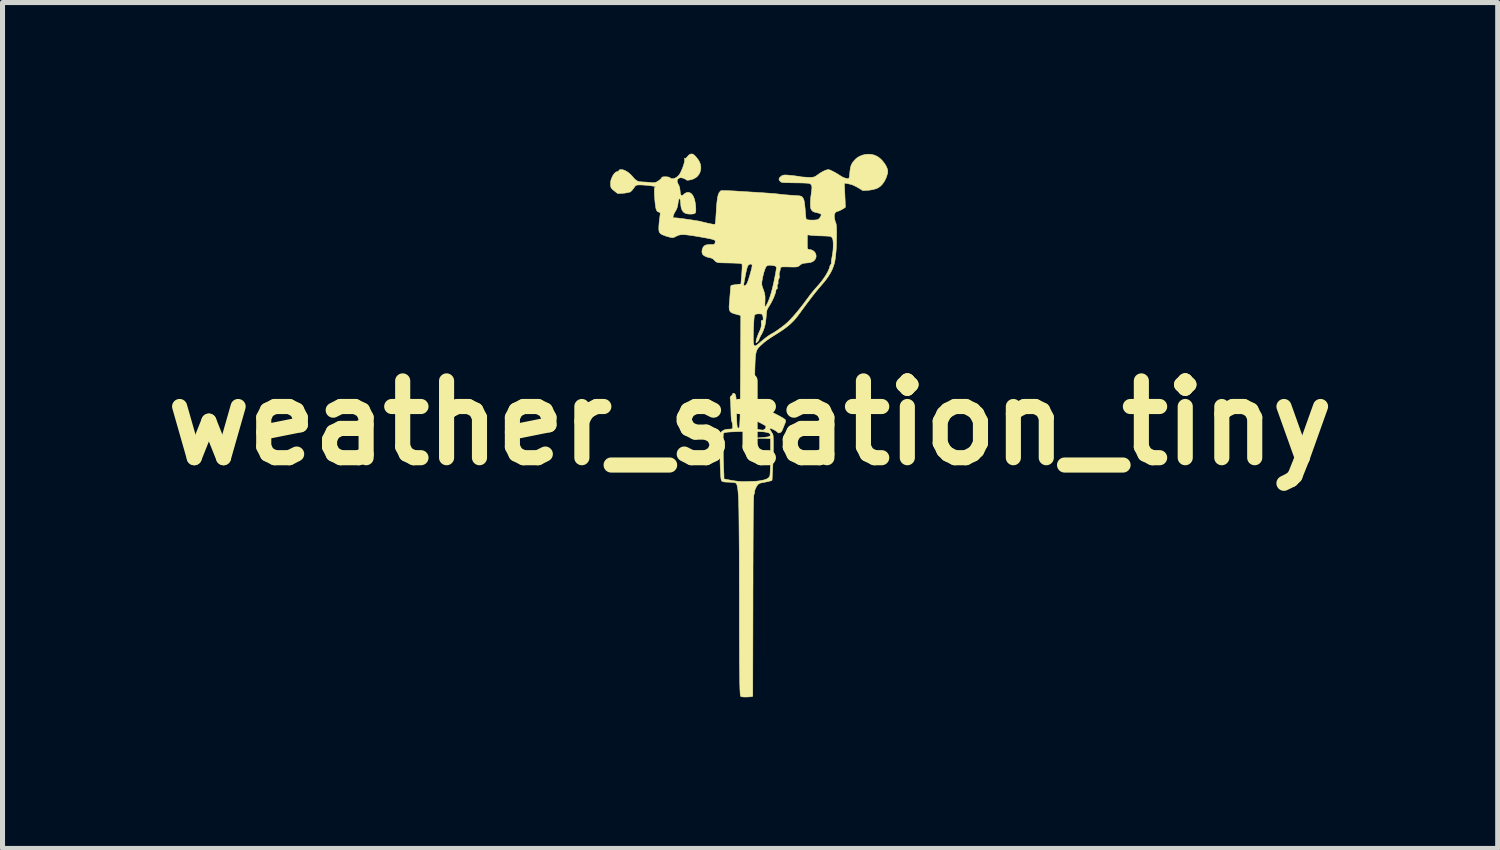
<source format=kicad_pcb>
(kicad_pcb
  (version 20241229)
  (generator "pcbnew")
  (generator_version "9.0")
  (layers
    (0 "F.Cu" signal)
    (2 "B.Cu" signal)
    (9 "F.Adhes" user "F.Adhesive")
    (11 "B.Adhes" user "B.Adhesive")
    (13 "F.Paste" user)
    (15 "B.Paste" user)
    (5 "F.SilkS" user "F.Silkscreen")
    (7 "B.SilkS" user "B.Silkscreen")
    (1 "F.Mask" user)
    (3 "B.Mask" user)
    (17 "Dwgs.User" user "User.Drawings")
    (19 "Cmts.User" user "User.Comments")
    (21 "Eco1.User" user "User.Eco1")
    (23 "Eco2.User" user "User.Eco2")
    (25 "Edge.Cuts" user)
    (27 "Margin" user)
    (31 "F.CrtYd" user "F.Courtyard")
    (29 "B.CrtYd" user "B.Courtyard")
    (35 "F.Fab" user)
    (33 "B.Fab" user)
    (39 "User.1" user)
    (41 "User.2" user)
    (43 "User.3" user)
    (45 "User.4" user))
  (footprint "weather_station_tiny"
    (layer "F.Cu")
    (at 11.836 5.344)
    (property "Reference" "weather_station_tiny" (at 0 0 0) (layer "F.SilkS") (effects (font (size 1.524 1.524) (thickness 0.3))))
    (attr through_hole)
    (fp_poly (pts (xy -1.145 -5.337) (xy -1.13 -5.332) (xy -1.114 -5.321) (xy -1.096 -5.304) (xy -1.08 -5.288) (xy -1.041 -5.241) (xy -1.011 -5.195) (xy -0.991 -5.15) (xy -0.98 -5.104) (xy -0.977 -5.058) (xy -0.98 -5.029) (xy -0.992 -4.98) (xy -1.013 -4.937) (xy -1.041 -4.9) (xy -1.077 -4.869) (xy -1.12 -4.845) (xy -1.169 -4.828) (xy -1.21 -4.82) (xy -1.231 -4.818) (xy -1.244 -4.817) (xy -1.253 -4.818) (xy -1.261 -4.822) (xy -1.264 -4.825) (xy -1.296 -4.845) (xy -1.328 -4.858) (xy -1.359 -4.865) (xy -1.387 -4.865) (xy -1.412 -4.858) (xy -1.431 -4.844) (xy -1.438 -4.835) (xy -1.445 -4.818) (xy -1.447 -4.799) (xy -1.443 -4.778) (xy -1.432 -4.752) (xy -1.426 -4.739) (xy -1.412 -4.711) (xy -1.402 -4.686) (xy -1.396 -4.662) (xy -1.392 -4.633) (xy -1.389 -4.605) (xy -1.386 -4.573) (xy -1.382 -4.55) (xy -1.377 -4.534) (xy -1.37 -4.523) (xy -1.364 -4.518) (xy -1.354 -4.513) (xy -1.346 -4.514) (xy -1.337 -4.519) (xy -1.325 -4.528) (xy -1.311 -4.541) (xy -1.307 -4.544) (xy -1.291 -4.557) (xy -1.269 -4.568) (xy -1.247 -4.575) (xy -1.232 -4.577) (xy -1.202 -4.572) (xy -1.175 -4.558) (xy -1.15 -4.534) (xy -1.129 -4.502) (xy -1.111 -4.461) (xy -1.103 -4.435) (xy -1.095 -4.402) (xy -1.088 -4.366) (xy -1.083 -4.329) (xy -1.079 -4.292) (xy -1.077 -4.257) (xy -1.077 -4.225) (xy -1.078 -4.199) (xy -1.082 -4.18) (xy -1.085 -4.171) (xy -1.096 -4.16) (xy -1.11 -4.153) (xy -1.131 -4.148) (xy -1.158 -4.146) (xy -1.183 -4.145) (xy -1.226 -4.147) (xy -1.261 -4.153) (xy -1.29 -4.163) (xy -1.314 -4.178) (xy -1.333 -4.199) (xy -1.34 -4.208) (xy -1.352 -4.229) (xy -1.361 -4.251) (xy -1.368 -4.276) (xy -1.373 -4.308) (xy -1.376 -4.347) (xy -1.377 -4.352) (xy -1.38 -4.388) (xy -1.384 -4.417) (xy -1.39 -4.439) (xy -1.396 -4.451) (xy -1.403 -4.454) (xy -1.403 -4.454) (xy -1.41 -4.447) (xy -1.416 -4.43) (xy -1.423 -4.404) (xy -1.429 -4.369) (xy -1.43 -4.357) (xy -1.438 -4.31) (xy -1.448 -4.272) (xy -1.46 -4.24) (xy -1.475 -4.213) (xy -1.477 -4.21) (xy -1.497 -4.177) (xy -1.513 -4.143) (xy -1.524 -4.112) (xy -1.527 -4.094) (xy -1.531 -4.068) (xy -1.516 -4.071) (xy -1.505 -4.071) (xy -1.486 -4.071) (xy -1.464 -4.07) (xy -1.45 -4.068) (xy -1.428 -4.066) (xy -1.398 -4.062) (xy -1.363 -4.058) (xy -1.324 -4.053) (xy -1.282 -4.047) (xy -1.238 -4.04) (xy -1.194 -4.034) (xy -1.151 -4.028) (xy -1.11 -4.021) (xy -1.073 -4.016) (xy -1.041 -4.01) (xy -1.015 -4.006) (xy -0.996 -4.003) (xy -0.988 -4.001) (xy -0.965 -3.994) (xy -0.936 -3.987) (xy -0.904 -3.979) (xy -0.869 -3.971) (xy -0.834 -3.963) (xy -0.801 -3.956) (xy -0.772 -3.95) (xy -0.749 -3.946) (xy -0.733 -3.943) (xy -0.731 -3.943) (xy -0.713 -3.942) (xy -0.702 -3.943) (xy -0.696 -3.946) (xy -0.694 -3.95) (xy -0.691 -3.961) (xy -0.688 -3.979) (xy -0.685 -4.004) (xy -0.682 -4.037) (xy -0.679 -4.079) (xy -0.676 -4.129) (xy -0.673 -4.176) (xy -0.669 -4.253) (xy -0.664 -4.32) (xy -0.658 -4.378) (xy -0.652 -4.428) (xy -0.646 -4.47) (xy -0.638 -4.506) (xy -0.63 -4.535) (xy -0.62 -4.559) (xy -0.609 -4.577) (xy -0.597 -4.592) (xy -0.597 -4.593) (xy -0.579 -4.61) (xy -0.519 -4.612) (xy -0.5 -4.612) (xy -0.473 -4.611) (xy -0.439 -4.61) (xy -0.399 -4.608) (xy -0.355 -4.606) (xy -0.309 -4.604) (xy -0.262 -4.601) (xy -0.256 -4.6) (xy -0.205 -4.597) (xy -0.151 -4.594) (xy -0.097 -4.59) (xy -0.044 -4.587) (xy 0.005 -4.584) (xy 0.048 -4.581) (xy 0.076 -4.58) (xy 0.125 -4.577) (xy 0.177 -4.573) (xy 0.23 -4.57) (xy 0.283 -4.566) (xy 0.334 -4.563) (xy 0.383 -4.559) (xy 0.427 -4.556) (xy 0.466 -4.552) (xy 0.499 -4.55) (xy 0.523 -4.547) (xy 0.531 -4.547) (xy 0.552 -4.544) (xy 0.58 -4.541) (xy 0.611 -4.537) (xy 0.638 -4.534) (xy 0.66 -4.532) (xy 0.684 -4.529) (xy 0.711 -4.527) (xy 0.742 -4.525) (xy 0.777 -4.522) (xy 0.819 -4.519) (xy 0.868 -4.516) (xy 0.926 -4.512) (xy 0.932 -4.512) (xy 0.966 -4.509) (xy 0.991 -4.505) (xy 1.01 -4.5) (xy 1.024 -4.493) (xy 1.036 -4.483) (xy 1.046 -4.47) (xy 1.053 -4.459) (xy 1.06 -4.446) (xy 1.066 -4.432) (xy 1.071 -4.414) (xy 1.075 -4.393) (xy 1.08 -4.366) (xy 1.084 -4.334) (xy 1.088 -4.294) (xy 1.093 -4.247) (xy 1.097 -4.192) (xy 1.1 -4.159) (xy 1.103 -4.129) (xy 1.105 -4.1) (xy 1.108 -4.077) (xy 1.111 -4.06) (xy 1.112 -4.052) (xy 1.118 -4.043) (xy 1.13 -4.036) (xy 1.147 -4.032) (xy 1.171 -4.028) (xy 1.204 -4.027) (xy 1.234 -4.026) (xy 1.272 -4.027) (xy 1.302 -4.029) (xy 1.325 -4.032) (xy 1.343 -4.038) (xy 1.358 -4.046) (xy 1.368 -4.054) (xy 1.381 -4.068) (xy 1.393 -4.085) (xy 1.404 -4.104) (xy 1.41 -4.12) (xy 1.411 -4.131) (xy 1.406 -4.143) (xy 1.393 -4.153) (xy 1.372 -4.161) (xy 1.342 -4.169) (xy 1.335 -4.171) (xy 1.301 -4.178) (xy 1.275 -4.186) (xy 1.256 -4.194) (xy 1.24 -4.204) (xy 1.227 -4.217) (xy 1.227 -4.217) (xy 1.216 -4.233) (xy 1.207 -4.249) (xy 1.202 -4.27) (xy 1.198 -4.295) (xy 1.197 -4.327) (xy 1.197 -4.356) (xy 1.197 -4.377) (xy 1.198 -4.397) (xy 1.199 -4.417) (xy 1.201 -4.439) (xy 1.203 -4.464) (xy 1.206 -4.493) (xy 1.211 -4.528) (xy 1.216 -4.571) (xy 1.222 -4.613) (xy 1.226 -4.65) (xy 1.227 -4.678) (xy 1.224 -4.7) (xy 1.219 -4.718) (xy 1.211 -4.73) (xy 1.205 -4.736) (xy 1.198 -4.742) (xy 1.19 -4.747) (xy 1.181 -4.751) (xy 1.168 -4.754) (xy 1.151 -4.757) (xy 1.13 -4.759) (xy 1.103 -4.76) (xy 1.069 -4.762) (xy 1.028 -4.763) (xy 0.98 -4.764) (xy 0.922 -4.765) (xy 0.897 -4.765) (xy 0.835 -4.766) (xy 0.782 -4.767) (xy 0.739 -4.768) (xy 0.703 -4.769) (xy 0.676 -4.77) (xy 0.655 -4.772) (xy 0.64 -4.773) (xy 0.63 -4.775) (xy 0.628 -4.775) (xy 0.609 -4.786) (xy 0.592 -4.801) (xy 0.579 -4.819) (xy 0.574 -4.837) (xy 0.574 -4.838) (xy 0.576 -4.85) (xy 0.582 -4.862) (xy 0.594 -4.876) (xy 0.597 -4.879) (xy 0.618 -4.898) (xy 0.637 -4.91) (xy 0.657 -4.917) (xy 0.683 -4.921) (xy 0.693 -4.921) (xy 0.71 -4.921) (xy 0.734 -4.92) (xy 0.764 -4.917) (xy 0.799 -4.914) (xy 0.836 -4.91) (xy 0.874 -4.906) (xy 0.911 -4.901) (xy 0.944 -4.897) (xy 0.972 -4.893) (xy 0.993 -4.889) (xy 1 -4.887) (xy 1.015 -4.884) (xy 1.039 -4.882) (xy 1.068 -4.88) (xy 1.1 -4.878) (xy 1.134 -4.876) (xy 1.168 -4.875) (xy 1.198 -4.875) (xy 1.223 -4.875) (xy 1.241 -4.877) (xy 1.244 -4.877) (xy 1.263 -4.881) (xy 1.278 -4.885) (xy 1.293 -4.892) (xy 1.309 -4.902) (xy 1.329 -4.916) (xy 1.34 -4.924) (xy 1.376 -4.95) (xy 1.413 -4.973) (xy 1.45 -4.994) (xy 1.485 -5.01) (xy 1.516 -5.021) (xy 1.542 -5.027) (xy 1.558 -5.028) (xy 1.575 -5.024) (xy 1.598 -5.015) (xy 1.626 -5.002) (xy 1.658 -4.986) (xy 1.691 -4.968) (xy 1.724 -4.949) (xy 1.756 -4.929) (xy 1.763 -4.925) (xy 1.787 -4.909) (xy 1.811 -4.894) (xy 1.832 -4.882) (xy 1.847 -4.874) (xy 1.849 -4.873) (xy 1.87 -4.865) (xy 1.893 -4.858) (xy 1.916 -4.852) (xy 1.935 -4.849) (xy 1.949 -4.848) (xy 1.951 -4.849) (xy 1.957 -4.852) (xy 1.962 -4.86) (xy 1.966 -4.872) (xy 1.97 -4.89) (xy 1.973 -4.916) (xy 1.977 -4.95) (xy 1.979 -4.966) (xy 1.984 -5.014) (xy 1.99 -5.053) (xy 1.997 -5.086) (xy 2.006 -5.114) (xy 2.017 -5.139) (xy 2.031 -5.163) (xy 2.049 -5.187) (xy 2.063 -5.204) (xy 2.094 -5.237) (xy 2.125 -5.263) (xy 2.161 -5.285) (xy 2.182 -5.296) (xy 2.236 -5.317) (xy 2.293 -5.33) (xy 2.35 -5.334) (xy 2.407 -5.33) (xy 2.461 -5.317) (xy 2.512 -5.296) (xy 2.544 -5.277) (xy 2.579 -5.25) (xy 2.614 -5.217) (xy 2.645 -5.18) (xy 2.674 -5.142) (xy 2.698 -5.102) (xy 2.716 -5.064) (xy 2.728 -5.028) (xy 2.733 -4.995) (xy 2.733 -4.993) (xy 2.732 -4.977) (xy 2.728 -4.955) (xy 2.722 -4.932) (xy 2.72 -4.925) (xy 2.699 -4.863) (xy 2.672 -4.807) (xy 2.64 -4.758) (xy 2.605 -4.716) (xy 2.566 -4.683) (xy 2.528 -4.66) (xy 2.488 -4.645) (xy 2.439 -4.632) (xy 2.382 -4.622) (xy 2.345 -4.618) (xy 2.305 -4.615) (xy 2.274 -4.613) (xy 2.251 -4.613) (xy 2.234 -4.615) (xy 2.223 -4.618) (xy 2.217 -4.623) (xy 2.209 -4.629) (xy 2.194 -4.64) (xy 2.172 -4.652) (xy 2.147 -4.667) (xy 2.119 -4.683) (xy 2.09 -4.698) (xy 2.07 -4.708) (xy 2.048 -4.718) (xy 2.022 -4.728) (xy 2.004 -4.734) (xy 1.987 -4.738) (xy 1.966 -4.743) (xy 1.943 -4.748) (xy 1.92 -4.753) (xy 1.899 -4.756) (xy 1.883 -4.759) (xy 1.873 -4.759) (xy 1.872 -4.759) (xy 1.872 -4.754) (xy 1.872 -4.74) (xy 1.873 -4.718) (xy 1.874 -4.691) (xy 1.875 -4.658) (xy 1.877 -4.625) (xy 1.879 -4.583) (xy 1.881 -4.537) (xy 1.883 -4.491) (xy 1.885 -4.447) (xy 1.887 -4.41) (xy 1.887 -4.397) (xy 1.888 -4.366) (xy 1.889 -4.338) (xy 1.891 -4.314) (xy 1.892 -4.298) (xy 1.893 -4.289) (xy 1.893 -4.289) (xy 1.892 -4.284) (xy 1.888 -4.278) (xy 1.878 -4.27) (xy 1.861 -4.26) (xy 1.85 -4.253) (xy 1.82 -4.236) (xy 1.796 -4.223) (xy 1.777 -4.214) (xy 1.762 -4.207) (xy 1.747 -4.203) (xy 1.738 -4.201) (xy 1.711 -4.191) (xy 1.691 -4.174) (xy 1.678 -4.15) (xy 1.672 -4.118) (xy 1.671 -4.104) (xy 1.673 -4.079) (xy 1.677 -4.05) (xy 1.684 -4.021) (xy 1.691 -3.995) (xy 1.697 -3.979) (xy 1.702 -3.967) (xy 1.707 -3.952) (xy 1.71 -3.933) (xy 1.713 -3.911) (xy 1.715 -3.883) (xy 1.716 -3.849) (xy 1.717 -3.806) (xy 1.717 -3.755) (xy 1.717 -3.751) (xy 1.716 -3.657) (xy 1.714 -3.567) (xy 1.711 -3.482) (xy 1.706 -3.404) (xy 1.699 -3.333) (xy 1.692 -3.27) (xy 1.683 -3.216) (xy 1.676 -3.18) (xy 1.655 -3.11) (xy 1.627 -3.04) (xy 1.591 -2.97) (xy 1.546 -2.899) (xy 1.493 -2.826) (xy 1.431 -2.752) (xy 1.43 -2.751) (xy 1.372 -2.684) (xy 1.311 -2.61) (xy 1.245 -2.527) (xy 1.176 -2.436) (xy 1.101 -2.337) (xy 1.047 -2.263) (xy 1.013 -2.217) (xy 0.985 -2.178) (xy 0.96 -2.145) (xy 0.939 -2.117) (xy 0.921 -2.094) (xy 0.905 -2.074) (xy 0.889 -2.056) (xy 0.874 -2.039) (xy 0.858 -2.022) (xy 0.841 -2.005) (xy 0.839 -2.003) (xy 0.797 -1.962) (xy 0.749 -1.922) (xy 0.695 -1.88) (xy 0.635 -1.838) (xy 0.567 -1.793) (xy 0.498 -1.75) (xy 0.417 -1.699) (xy 0.345 -1.65) (xy 0.282 -1.602) (xy 0.227 -1.554) (xy 0.189 -1.518) (xy 0.176 -1.503) (xy 0.163 -1.489) (xy 0.152 -1.475) (xy 0.143 -1.461) (xy 0.135 -1.445) (xy 0.127 -1.427) (xy 0.121 -1.406) (xy 0.116 -1.382) (xy 0.111 -1.353) (xy 0.107 -1.321) (xy 0.104 -1.283) (xy 0.101 -1.239) (xy 0.099 -1.189) (xy 0.097 -1.131) (xy 0.095 -1.066) (xy 0.094 -0.992) (xy 0.092 -0.909) (xy 0.091 -0.853) (xy 0.09 -0.764) (xy 0.088 -0.681) (xy 0.088 -0.606) (xy 0.087 -0.538) (xy 0.087 -0.478) (xy 0.088 -0.426) (xy 0.088 -0.383) (xy 0.089 -0.349) (xy 0.091 -0.323) (xy 0.093 -0.308) (xy 0.094 -0.304) (xy 0.098 -0.297) (xy 0.103 -0.296) (xy 0.11 -0.302) (xy 0.12 -0.315) (xy 0.127 -0.325) (xy 0.138 -0.34) (xy 0.146 -0.351) (xy 0.15 -0.356) (xy 0.151 -0.356) (xy 0.155 -0.353) (xy 0.168 -0.347) (xy 0.188 -0.337) (xy 0.215 -0.324) (xy 0.247 -0.308) (xy 0.283 -0.29) (xy 0.323 -0.27) (xy 0.352 -0.256) (xy 0.422 -0.221) (xy 0.484 -0.189) (xy 0.537 -0.162) (xy 0.582 -0.138) (xy 0.618 -0.118) (xy 0.648 -0.101) (xy 0.67 -0.087) (xy 0.685 -0.076) (xy 0.692 -0.071) (xy 0.701 -0.059) (xy 0.705 -0.047) (xy 0.705 -0.031) (xy 0.7 -0.011) (xy 0.69 0.016) (xy 0.681 0.037) (xy 0.671 0.062) (xy 0.661 0.087) (xy 0.652 0.109) (xy 0.648 0.122) (xy 0.634 0.153) (xy 0.617 0.177) (xy 0.596 0.192) (xy 0.573 0.198) (xy 0.57 0.198) (xy 0.557 0.195) (xy 0.544 0.183) (xy 0.542 0.18) (xy 0.531 0.171) (xy 0.513 0.158) (xy 0.491 0.145) (xy 0.467 0.132) (xy 0.443 0.121) (xy 0.421 0.112) (xy 0.408 0.109) (xy 0.396 0.107) (xy 0.392 0.11) (xy 0.391 0.118) (xy 0.394 0.129) (xy 0.402 0.145) (xy 0.413 0.164) (xy 0.418 0.171) (xy 0.431 0.191) (xy 0.442 0.21) (xy 0.45 0.224) (xy 0.452 0.229) (xy 0.455 0.242) (xy 0.458 0.264) (xy 0.459 0.295) (xy 0.461 0.334) (xy 0.462 0.379) (xy 0.462 0.43) (xy 0.462 0.485) (xy 0.461 0.545) (xy 0.46 0.608) (xy 0.458 0.674) (xy 0.456 0.741) (xy 0.453 0.809) (xy 0.45 0.876) (xy 0.447 0.942) (xy 0.444 0.988) (xy 0.442 1.023) (xy 0.44 1.055) (xy 0.439 1.083) (xy 0.438 1.105) (xy 0.437 1.119) (xy 0.437 1.123) (xy 0.436 1.133) (xy 0.434 1.139) (xy 0.426 1.144) (xy 0.412 1.148) (xy 0.405 1.15) (xy 0.378 1.157) (xy 0.344 1.165) (xy 0.307 1.173) (xy 0.27 1.18) (xy 0.245 1.184) (xy 0.205 1.193) (xy 0.175 1.207) (xy 0.156 1.221) (xy 0.142 1.239) (xy 0.128 1.261) (xy 0.115 1.286) (xy 0.103 1.313) (xy 0.094 1.337) (xy 0.09 1.358) (xy 0.09 1.371) (xy 0.089 1.389) (xy 0.085 1.398) (xy 0.08 1.41) (xy 0.076 1.427) (xy 0.074 1.438) (xy 0.073 1.451) (xy 0.072 1.467) (xy 0.071 1.489) (xy 0.07 1.514) (xy 0.069 1.544) (xy 0.068 1.579) (xy 0.067 1.619) (xy 0.066 1.665) (xy 0.065 1.716) (xy 0.064 1.774) (xy 0.064 1.837) (xy 0.063 1.907) (xy 0.062 1.984) (xy 0.062 2.067) (xy 0.061 2.158) (xy 0.061 2.256) (xy 0.06 2.362) (xy 0.06 2.476) (xy 0.059 2.598) (xy 0.059 2.728) (xy 0.058 2.868) (xy 0.058 3.016) (xy 0.058 3.173) (xy 0.057 3.34) (xy 0.057 3.517) (xy 0.057 3.652) (xy 0.053 5.423) (xy 0.033 5.43) (xy 0.019 5.433) (xy -0.003 5.435) (xy -0.03 5.437) (xy -0.061 5.438) (xy -0.091 5.439) (xy -0.12 5.438) (xy -0.144 5.437) (xy -0.161 5.435) (xy -0.178 5.43) (xy -0.188 5.425) (xy -0.19 5.422) (xy -0.192 5.413) (xy -0.194 5.398) (xy -0.196 5.377) (xy -0.198 5.349) (xy -0.2 5.315) (xy -0.202 5.274) (xy -0.203 5.226) (xy -0.205 5.171) (xy -0.206 5.109) (xy -0.207 5.038) (xy -0.208 4.96) (xy -0.209 4.874) (xy -0.21 4.78) (xy -0.211 4.678) (xy -0.211 4.566) (xy -0.212 4.446) (xy -0.212 4.317) (xy -0.213 4.179) (xy -0.213 4.031) (xy -0.213 3.874) (xy -0.213 3.707) (xy -0.213 3.564) (xy -0.213 3.38) (xy -0.214 3.204) (xy -0.214 3.036) (xy -0.214 2.875) (xy -0.215 2.722) (xy -0.215 2.576) (xy -0.216 2.439) (xy -0.217 2.31) (xy -0.218 2.189) (xy -0.219 2.077) (xy -0.22 1.974) (xy -0.221 1.88) (xy -0.222 1.795) (xy -0.223 1.72) (xy -0.225 1.654) (xy -0.226 1.597) (xy -0.228 1.551) (xy -0.228 1.529) (xy -0.232 1.459) (xy -0.236 1.399) (xy -0.24 1.348) (xy -0.245 1.305) (xy -0.251 1.27) (xy -0.257 1.242) (xy -0.264 1.22) (xy -0.272 1.205) (xy -0.281 1.195) (xy -0.291 1.189) (xy -0.31 1.185) (xy -0.337 1.181) (xy -0.372 1.178) (xy -0.417 1.175) (xy -0.442 1.174) (xy -0.481 1.173) (xy -0.512 1.17) (xy -0.536 1.166) (xy -0.553 1.159) (xy -0.565 1.148) (xy -0.572 1.131) (xy -0.577 1.108) (xy -0.581 1.077) (xy -0.584 1.037) (xy -0.584 1.033) (xy -0.588 0.962) (xy -0.592 0.883) (xy -0.595 0.797) (xy -0.597 0.707) (xy -0.599 0.615) (xy -0.601 0.521) (xy -0.601 0.445) (xy -0.601 0.392) (xy -0.535 0.392) (xy -0.535 0.446) (xy -0.534 0.503) (xy -0.533 0.565) (xy -0.532 0.629) (xy -0.531 0.695) (xy -0.529 0.762) (xy -0.526 0.829) (xy -0.526 0.832) (xy -0.525 0.88) (xy -0.523 0.926) (xy -0.522 0.969) (xy -0.52 1.006) (xy -0.519 1.038) (xy -0.519 1.063) (xy -0.518 1.08) (xy -0.518 1.087) (xy -0.518 1.111) (xy -0.434 1.127) (xy -0.381 1.137) (xy -0.327 1.146) (xy -0.277 1.153) (xy -0.232 1.158) (xy -0.211 1.16) (xy -0.188 1.161) (xy -0.157 1.162) (xy -0.12 1.162) (xy -0.079 1.162) (xy -0.035 1.161) (xy 0.009 1.16) (xy 0.052 1.158) (xy 0.092 1.157) (xy 0.127 1.155) (xy 0.154 1.152) (xy 0.168 1.151) (xy 0.228 1.141) (xy 0.278 1.13) (xy 0.319 1.116) (xy 0.351 1.1) (xy 0.374 1.081) (xy 0.388 1.061) (xy 0.391 1.052) (xy 0.394 1.037) (xy 0.397 1.011) (xy 0.399 0.976) (xy 0.401 0.932) (xy 0.403 0.878) (xy 0.404 0.815) (xy 0.405 0.744) (xy 0.406 0.663) (xy 0.406 0.576) (xy 0.406 0.311) (xy 0.349 0.308) (xy 0.326 0.307) (xy 0.296 0.306) (xy 0.26 0.305) (xy 0.222 0.305) (xy 0.185 0.304) (xy 0.18 0.304) (xy 0.069 0.303) (xy 0.15 0.297) (xy 0.207 0.292) (xy 0.255 0.288) (xy 0.294 0.284) (xy 0.326 0.28) (xy 0.351 0.276) (xy 0.37 0.271) (xy 0.383 0.266) (xy 0.392 0.26) (xy 0.398 0.253) (xy 0.401 0.246) (xy 0.401 0.236) (xy 0.401 0.236) (xy 0.398 0.22) (xy 0.386 0.207) (xy 0.366 0.196) (xy 0.337 0.188) (xy 0.299 0.18) (xy 0.279 0.178) (xy 0.251 0.175) (xy 0.214 0.173) (xy 0.169 0.171) (xy 0.118 0.17) (xy 0.063 0.169) (xy 0.004 0.169) (xy -0.057 0.169) (xy -0.119 0.17) (xy -0.181 0.17) (xy -0.24 0.172) (xy -0.296 0.174) (xy -0.348 0.176) (xy -0.393 0.178) (xy -0.431 0.181) (xy -0.454 0.183) (xy -0.482 0.187) (xy -0.502 0.191) (xy -0.515 0.196) (xy -0.523 0.202) (xy -0.529 0.21) (xy -0.53 0.212) (xy -0.532 0.221) (xy -0.533 0.24) (xy -0.534 0.268) (xy -0.535 0.303) (xy -0.535 0.345) (xy -0.535 0.392) (xy -0.601 0.392) (xy -0.601 0.389) (xy -0.601 0.343) (xy -0.601 0.304) (xy -0.6 0.273) (xy -0.599 0.249) (xy -0.597 0.229) (xy -0.594 0.214) (xy -0.59 0.202) (xy -0.584 0.193) (xy -0.578 0.184) (xy -0.57 0.176) (xy -0.564 0.171) (xy -0.537 0.151) (xy -0.507 0.136) (xy -0.472 0.127) (xy -0.43 0.123) (xy -0.403 0.122) (xy -0.382 0.121) (xy -0.369 0.119) (xy -0.36 0.115) (xy -0.355 0.111) (xy -0.35 0.105) (xy -0.347 0.098) (xy -0.346 0.088) (xy -0.346 0.072) (xy -0.347 0.053) (xy -0.349 0.029) (xy -0.353 0.006) (xy -0.357 -0.012) (xy -0.358 -0.016) (xy -0.363 -0.029) (xy -0.367 -0.042) (xy -0.37 -0.057) (xy -0.372 -0.074) (xy -0.374 -0.095) (xy -0.376 -0.121) (xy -0.378 -0.153) (xy -0.379 -0.192) (xy -0.38 -0.239) (xy -0.381 -0.262) (xy -0.382 -0.304) (xy -0.384 -0.344) (xy -0.385 -0.38) (xy -0.387 -0.411) (xy -0.388 -0.436) (xy -0.39 -0.453) (xy -0.391 -0.46) (xy -0.396 -0.488) (xy -0.395 -0.509) (xy -0.387 -0.524) (xy -0.383 -0.529) (xy -0.366 -0.545) (xy -0.354 -0.556) (xy -0.348 -0.564) (xy -0.346 -0.571) (xy -0.345 -0.576) (xy -0.344 -0.585) (xy -0.338 -0.589) (xy -0.328 -0.589) (xy -0.311 -0.585) (xy -0.298 -0.572) (xy -0.288 -0.55) (xy -0.285 -0.537) (xy -0.28 -0.509) (xy -0.276 -0.472) (xy -0.273 -0.427) (xy -0.271 -0.375) (xy -0.27 -0.317) (xy -0.269 -0.264) (xy -0.269 -0.222) (xy -0.268 -0.175) (xy -0.267 -0.127) (xy -0.266 -0.081) (xy -0.264 -0.042) (xy -0.264 -0.04) (xy -0.262 0.003) (xy -0.26 0.037) (xy -0.257 0.063) (xy -0.253 0.081) (xy -0.248 0.093) (xy -0.242 0.099) (xy -0.235 0.101) (xy -0.233 0.101) (xy -0.229 0.1) (xy -0.226 0.099) (xy -0.223 0.098) (xy -0.22 0.096) (xy -0.217 0.092) (xy -0.215 0.087) (xy -0.213 0.08) (xy -0.211 0.071) (xy -0.209 0.059) (xy -0.207 0.044) (xy -0.205 0.026) (xy -0.204 0.004) (xy -0.203 -0.016) (xy 0.057 -0.016) (xy 0.057 0.012) (xy 0.059 0.036) (xy 0.063 0.061) (xy 0.067 0.081) (xy 0.075 0.096) (xy 0.087 0.108) (xy 0.104 0.116) (xy 0.127 0.123) (xy 0.159 0.129) (xy 0.188 0.134) (xy 0.216 0.138) (xy 0.235 0.14) (xy 0.249 0.141) (xy 0.259 0.141) (xy 0.267 0.138) (xy 0.273 0.135) (xy 0.295 0.119) (xy 0.309 0.098) (xy 0.313 0.083) (xy 0.314 0.072) (xy 0.313 0.064) (xy 0.307 0.058) (xy 0.295 0.049) (xy 0.286 0.044) (xy 0.268 0.033) (xy 0.244 0.02) (xy 0.217 0.005) (xy 0.189 -0.009) (xy 0.16 -0.023) (xy 0.133 -0.036) (xy 0.11 -0.046) (xy 0.092 -0.054) (xy 0.08 -0.057) (xy 0.079 -0.057) (xy 0.069 -0.057) (xy 0.064 -0.053) (xy 0.06 -0.042) (xy 0.059 -0.036) (xy 0.057 -0.016) (xy -0.203 -0.016) (xy -0.203 -0.022) (xy -0.201 -0.052) (xy -0.2 -0.087) (xy -0.199 -0.127) (xy -0.198 -0.172) (xy -0.197 -0.223) (xy -0.196 -0.28) (xy -0.196 -0.343) (xy -0.195 -0.414) (xy -0.194 -0.491) (xy -0.193 -0.575) (xy -0.193 -0.668) (xy -0.192 -0.769) (xy -0.191 -0.878) (xy -0.191 -0.995) (xy -0.19 -1.122) (xy -0.189 -1.259) (xy -0.188 -1.4) (xy -0.188 -1.485) (xy -0.187 -1.567) (xy -0.187 -1.647) (xy -0.187 -1.668) (xy 0.064 -1.668) (xy 0.064 -1.636) (xy 0.065 -1.61) (xy 0.066 -1.598) (xy 0.071 -1.566) (xy 0.078 -1.544) (xy 0.087 -1.532) (xy 0.095 -1.529) (xy 0.104 -1.531) (xy 0.118 -1.536) (xy 0.12 -1.537) (xy 0.13 -1.543) (xy 0.145 -1.555) (xy 0.165 -1.57) (xy 0.187 -1.588) (xy 0.199 -1.599) (xy 0.256 -1.647) (xy 0.307 -1.687) (xy 0.352 -1.721) (xy 0.391 -1.747) (xy 0.425 -1.767) (xy 0.429 -1.769) (xy 0.459 -1.786) (xy 0.494 -1.808) (xy 0.534 -1.834) (xy 0.575 -1.863) (xy 0.618 -1.894) (xy 0.659 -1.926) (xy 0.697 -1.956) (xy 0.73 -1.985) (xy 0.75 -2.003) (xy 0.794 -2.047) (xy 0.843 -2.1) (xy 0.895 -2.159) (xy 0.95 -2.224) (xy 1.005 -2.293) (xy 1.062 -2.366) (xy 1.118 -2.441) (xy 1.14 -2.471) (xy 1.204 -2.557) (xy 1.272 -2.64) (xy 1.329 -2.705) (xy 1.352 -2.73) (xy 1.375 -2.757) (xy 1.396 -2.782) (xy 1.414 -2.804) (xy 1.418 -2.809) (xy 1.45 -2.853) (xy 1.481 -2.897) (xy 1.509 -2.941) (xy 1.533 -2.984) (xy 1.553 -3.023) (xy 1.568 -3.058) (xy 1.578 -3.087) (xy 1.58 -3.096) (xy 1.587 -3.123) (xy 1.599 -3.142) (xy 1.608 -3.154) (xy 1.612 -3.165) (xy 1.612 -3.18) (xy 1.612 -3.183) (xy 1.612 -3.2) (xy 1.615 -3.224) (xy 1.619 -3.255) (xy 1.625 -3.287) (xy 1.637 -3.355) (xy 1.645 -3.417) (xy 1.649 -3.475) (xy 1.65 -3.533) (xy 1.65 -3.56) (xy 1.648 -3.598) (xy 1.645 -3.627) (xy 1.641 -3.649) (xy 1.634 -3.667) (xy 1.625 -3.68) (xy 1.615 -3.69) (xy 1.609 -3.695) (xy 1.604 -3.698) (xy 1.596 -3.701) (xy 1.587 -3.703) (xy 1.573 -3.705) (xy 1.555 -3.707) (xy 1.532 -3.708) (xy 1.502 -3.71) (xy 1.464 -3.711) (xy 1.417 -3.713) (xy 1.397 -3.713) (xy 1.339 -3.715) (xy 1.289 -3.718) (xy 1.247 -3.72) (xy 1.214 -3.723) (xy 1.19 -3.727) (xy 1.19 -3.727) (xy 1.169 -3.73) (xy 1.152 -3.732) (xy 1.142 -3.732) (xy 1.139 -3.732) (xy 1.138 -3.726) (xy 1.138 -3.712) (xy 1.137 -3.69) (xy 1.136 -3.662) (xy 1.136 -3.629) (xy 1.136 -3.597) (xy 1.136 -3.554) (xy 1.136 -3.521) (xy 1.137 -3.495) (xy 1.138 -3.476) (xy 1.142 -3.462) (xy 1.146 -3.453) (xy 1.153 -3.448) (xy 1.162 -3.445) (xy 1.174 -3.443) (xy 1.183 -3.442) (xy 1.22 -3.434) (xy 1.252 -3.418) (xy 1.279 -3.395) (xy 1.298 -3.367) (xy 1.308 -3.335) (xy 1.311 -3.31) (xy 1.306 -3.278) (xy 1.292 -3.248) (xy 1.27 -3.222) (xy 1.241 -3.201) (xy 1.207 -3.188) (xy 1.191 -3.184) (xy 1.169 -3.18) (xy 1.142 -3.177) (xy 1.12 -3.175) (xy 1.087 -3.172) (xy 1.061 -3.168) (xy 1.041 -3.163) (xy 1.024 -3.156) (xy 1.008 -3.146) (xy 0.991 -3.132) (xy 0.99 -3.131) (xy 0.977 -3.12) (xy 0.965 -3.112) (xy 0.952 -3.105) (xy 0.938 -3.101) (xy 0.92 -3.097) (xy 0.898 -3.095) (xy 0.871 -3.095) (xy 0.836 -3.095) (xy 0.793 -3.096) (xy 0.772 -3.096) (xy 0.727 -3.098) (xy 0.69 -3.098) (xy 0.661 -3.098) (xy 0.64 -3.097) (xy 0.624 -3.094) (xy 0.613 -3.089) (xy 0.606 -3.082) (xy 0.602 -3.073) (xy 0.6 -3.06) (xy 0.598 -3.045) (xy 0.597 -3.041) (xy 0.594 -3.022) (xy 0.588 -3.003) (xy 0.586 -2.998) (xy 0.579 -2.976) (xy 0.577 -2.948) (xy 0.581 -2.915) (xy 0.583 -2.901) (xy 0.582 -2.889) (xy 0.578 -2.876) (xy 0.569 -2.857) (xy 0.569 -2.857) (xy 0.56 -2.838) (xy 0.556 -2.824) (xy 0.555 -2.81) (xy 0.556 -2.794) (xy 0.556 -2.794) (xy 0.557 -2.776) (xy 0.556 -2.765) (xy 0.551 -2.755) (xy 0.548 -2.751) (xy 0.54 -2.738) (xy 0.537 -2.723) (xy 0.539 -2.702) (xy 0.541 -2.689) (xy 0.543 -2.675) (xy 0.541 -2.668) (xy 0.534 -2.662) (xy 0.53 -2.66) (xy 0.521 -2.655) (xy 0.516 -2.647) (xy 0.513 -2.635) (xy 0.511 -2.622) (xy 0.507 -2.596) (xy 0.497 -2.564) (xy 0.483 -2.527) (xy 0.467 -2.486) (xy 0.448 -2.444) (xy 0.427 -2.403) (xy 0.405 -2.363) (xy 0.383 -2.326) (xy 0.378 -2.318) (xy 0.359 -2.288) (xy 0.345 -2.264) (xy 0.336 -2.242) (xy 0.33 -2.219) (xy 0.326 -2.193) (xy 0.325 -2.177) (xy 0.322 -2.15) (xy 0.32 -2.117) (xy 0.317 -2.084) (xy 0.315 -2.064) (xy 0.305 -1.982) (xy 0.288 -1.907) (xy 0.264 -1.837) (xy 0.233 -1.77) (xy 0.223 -1.753) (xy 0.209 -1.728) (xy 0.196 -1.703) (xy 0.186 -1.683) (xy 0.18 -1.667) (xy 0.18 -1.665) (xy 0.174 -1.648) (xy 0.167 -1.633) (xy 0.164 -1.628) (xy 0.154 -1.617) (xy 0.142 -1.606) (xy 0.13 -1.596) (xy 0.121 -1.591) (xy 0.119 -1.59) (xy 0.118 -1.595) (xy 0.118 -1.606) (xy 0.118 -1.619) (xy 0.123 -1.643) (xy 0.131 -1.674) (xy 0.143 -1.71) (xy 0.157 -1.748) (xy 0.174 -1.789) (xy 0.183 -1.809) (xy 0.199 -1.844) (xy 0.21 -1.873) (xy 0.217 -1.898) (xy 0.221 -1.921) (xy 0.223 -1.944) (xy 0.223 -1.97) (xy 0.223 -1.971) (xy 0.221 -1.998) (xy 0.221 -2.017) (xy 0.223 -2.028) (xy 0.226 -2.034) (xy 0.231 -2.035) (xy 0.237 -2.034) (xy 0.247 -2.033) (xy 0.254 -2.038) (xy 0.258 -2.05) (xy 0.259 -2.071) (xy 0.259 -2.076) (xy 0.257 -2.102) (xy 0.252 -2.126) (xy 0.244 -2.146) (xy 0.234 -2.159) (xy 0.232 -2.16) (xy 0.221 -2.163) (xy 0.202 -2.165) (xy 0.178 -2.166) (xy 0.175 -2.166) (xy 0.139 -2.164) (xy 0.113 -2.158) (xy 0.096 -2.148) (xy 0.086 -2.134) (xy 0.086 -2.132) (xy 0.083 -2.118) (xy 0.081 -2.094) (xy 0.078 -2.063) (xy 0.075 -2.026) (xy 0.073 -1.984) (xy 0.071 -1.939) (xy 0.069 -1.891) (xy 0.067 -1.843) (xy 0.066 -1.795) (xy 0.065 -1.749) (xy 0.064 -1.706) (xy 0.064 -1.668) (xy -0.187 -1.668) (xy -0.186 -1.722) (xy -0.186 -1.793) (xy -0.186 -1.858) (xy -0.186 -1.918) (xy -0.185 -1.972) (xy -0.185 -2.019) (xy -0.185 -2.059) (xy -0.185 -2.091) (xy -0.185 -2.114) (xy -0.185 -2.128) (xy -0.185 -2.133) (xy -0.191 -2.134) (xy -0.204 -2.138) (xy -0.224 -2.143) (xy -0.248 -2.15) (xy -0.263 -2.154) (xy -0.304 -2.165) (xy -0.336 -2.175) (xy -0.361 -2.186) (xy -0.379 -2.196) (xy -0.393 -2.209) (xy -0.402 -2.223) (xy -0.409 -2.241) (xy -0.409 -2.242) (xy -0.413 -2.257) (xy -0.415 -2.273) (xy -0.416 -2.292) (xy -0.416 -2.316) (xy -0.414 -2.345) (xy -0.411 -2.383) (xy -0.409 -2.403) (xy -0.406 -2.433) (xy -0.403 -2.471) (xy -0.4 -2.512) (xy -0.397 -2.554) (xy -0.394 -2.593) (xy -0.391 -2.626) (xy -0.389 -2.656) (xy -0.387 -2.682) (xy -0.385 -2.702) (xy -0.383 -2.713) (xy -0.383 -2.715) (xy -0.38 -2.722) (xy -0.374 -2.728) (xy -0.363 -2.732) (xy -0.354 -2.735) (xy -0.126 -2.735) (xy -0.125 -2.729) (xy -0.124 -2.726) (xy -0.114 -2.723) (xy -0.1 -2.727) (xy -0.087 -2.736) (xy -0.074 -2.75) (xy -0.062 -2.766) (xy -0.061 -2.768) (xy 0.232 -2.768) (xy 0.233 -2.746) (xy 0.237 -2.724) (xy 0.244 -2.7) (xy 0.254 -2.671) (xy 0.255 -2.67) (xy 0.268 -2.634) (xy 0.278 -2.604) (xy 0.286 -2.578) (xy 0.291 -2.553) (xy 0.295 -2.528) (xy 0.297 -2.501) (xy 0.297 -2.471) (xy 0.297 -2.434) (xy 0.295 -2.389) (xy 0.295 -2.38) (xy 0.294 -2.347) (xy 0.295 -2.325) (xy 0.298 -2.312) (xy 0.303 -2.308) (xy 0.311 -2.315) (xy 0.321 -2.33) (xy 0.334 -2.355) (xy 0.336 -2.358) (xy 0.358 -2.405) (xy 0.379 -2.458) (xy 0.399 -2.516) (xy 0.419 -2.58) (xy 0.438 -2.652) (xy 0.458 -2.733) (xy 0.47 -2.787) (xy 0.477 -2.823) (xy 0.485 -2.862) (xy 0.493 -2.902) (xy 0.501 -2.941) (xy 0.508 -2.979) (xy 0.513 -3.013) (xy 0.518 -3.041) (xy 0.522 -3.064) (xy 0.523 -3.078) (xy 0.523 -3.08) (xy 0.52 -3.096) (xy 0.51 -3.108) (xy 0.493 -3.116) (xy 0.48 -3.119) (xy 0.432 -3.128) (xy 0.391 -3.131) (xy 0.359 -3.127) (xy 0.335 -3.118) (xy 0.324 -3.11) (xy 0.315 -3.097) (xy 0.304 -3.075) (xy 0.293 -3.047) (xy 0.282 -3.013) (xy 0.27 -2.975) (xy 0.26 -2.934) (xy 0.25 -2.893) (xy 0.244 -2.859) (xy 0.237 -2.822) (xy 0.233 -2.792) (xy 0.232 -2.768) (xy -0.061 -2.768) (xy -0.061 -2.769) (xy -0.053 -2.787) (xy -0.043 -2.813) (xy -0.032 -2.844) (xy -0.021 -2.88) (xy -0.009 -2.918) (xy 0.002 -2.958) (xy 0.013 -2.997) (xy 0.023 -3.034) (xy 0.031 -3.067) (xy 0.037 -3.094) (xy 0.04 -3.115) (xy 0.041 -3.124) (xy 0.039 -3.138) (xy 0.034 -3.145) (xy 0.026 -3.15) (xy 0.01 -3.153) (xy -0.006 -3.15) (xy -0.017 -3.146) (xy -0.026 -3.14) (xy -0.034 -3.132) (xy -0.042 -3.121) (xy -0.05 -3.106) (xy -0.057 -3.086) (xy -0.064 -3.061) (xy -0.072 -3.029) (xy -0.081 -2.991) (xy -0.09 -2.945) (xy -0.101 -2.889) (xy -0.109 -2.849) (xy -0.116 -2.811) (xy -0.121 -2.782) (xy -0.125 -2.76) (xy -0.126 -2.745) (xy -0.126 -2.735) (xy -0.354 -2.735) (xy -0.347 -2.736) (xy -0.324 -2.74) (xy -0.294 -2.744) (xy -0.267 -2.746) (xy -0.239 -2.749) (xy -0.216 -2.752) (xy -0.198 -2.754) (xy -0.187 -2.755) (xy -0.184 -2.756) (xy -0.183 -2.761) (xy -0.181 -2.775) (xy -0.179 -2.797) (xy -0.177 -2.824) (xy -0.174 -2.855) (xy -0.171 -2.889) (xy -0.168 -2.924) (xy -0.165 -2.959) (xy -0.163 -2.992) (xy -0.161 -3.022) (xy -0.16 -3.048) (xy -0.159 -3.059) (xy -0.158 -3.093) (xy -0.158 -3.119) (xy -0.158 -3.136) (xy -0.16 -3.147) (xy -0.162 -3.152) (xy -0.167 -3.156) (xy -0.175 -3.16) (xy -0.187 -3.163) (xy -0.203 -3.166) (xy -0.225 -3.168) (xy -0.253 -3.17) (xy -0.288 -3.171) (xy -0.331 -3.173) (xy -0.383 -3.174) (xy -0.427 -3.175) (xy -0.481 -3.176) (xy -0.527 -3.177) (xy -0.564 -3.178) (xy -0.594 -3.179) (xy -0.619 -3.181) (xy -0.638 -3.184) (xy -0.653 -3.188) (xy -0.665 -3.192) (xy -0.675 -3.199) (xy -0.685 -3.206) (xy -0.694 -3.215) (xy -0.704 -3.225) (xy -0.725 -3.246) (xy -0.744 -3.26) (xy -0.764 -3.27) (xy -0.789 -3.277) (xy -0.798 -3.279) (xy -0.841 -3.289) (xy -0.878 -3.302) (xy -0.909 -3.318) (xy -0.932 -3.336) (xy -0.946 -3.355) (xy -0.946 -3.355) (xy -0.954 -3.382) (xy -0.955 -3.413) (xy -0.95 -3.444) (xy -0.939 -3.474) (xy -0.924 -3.499) (xy -0.919 -3.505) (xy -0.903 -3.518) (xy -0.885 -3.528) (xy -0.862 -3.535) (xy -0.835 -3.539) (xy -0.799 -3.541) (xy -0.782 -3.541) (xy -0.754 -3.541) (xy -0.735 -3.542) (xy -0.722 -3.543) (xy -0.714 -3.545) (xy -0.708 -3.549) (xy -0.706 -3.551) (xy -0.7 -3.562) (xy -0.694 -3.579) (xy -0.691 -3.597) (xy -0.692 -3.611) (xy -0.693 -3.614) (xy -0.696 -3.621) (xy -0.703 -3.627) (xy -0.714 -3.633) (xy -0.73 -3.639) (xy -0.751 -3.645) (xy -0.778 -3.652) (xy -0.813 -3.659) (xy -0.855 -3.668) (xy -0.906 -3.677) (xy -0.939 -3.683) (xy -1.024 -3.698) (xy -1.1 -3.711) (xy -1.167 -3.721) (xy -1.225 -3.729) (xy -1.274 -3.734) (xy -1.306 -3.737) (xy -1.351 -3.737) (xy -1.391 -3.733) (xy -1.428 -3.723) (xy -1.465 -3.706) (xy -1.475 -3.701) (xy -1.499 -3.689) (xy -1.518 -3.681) (xy -1.533 -3.678) (xy -1.54 -3.678) (xy -1.559 -3.68) (xy -1.586 -3.685) (xy -1.617 -3.693) (xy -1.65 -3.702) (xy -1.683 -3.713) (xy -1.714 -3.725) (xy -1.742 -3.736) (xy -1.762 -3.746) (xy -1.771 -3.752) (xy -1.784 -3.765) (xy -1.797 -3.781) (xy -1.8 -3.786) (xy -1.804 -3.796) (xy -1.807 -3.806) (xy -1.809 -3.818) (xy -1.81 -3.835) (xy -1.811 -3.858) (xy -1.811 -3.876) (xy -1.809 -3.921) (xy -1.805 -3.973) (xy -1.799 -4.029) (xy -1.797 -4.044) (xy -1.792 -4.075) (xy -1.789 -4.104) (xy -1.786 -4.128) (xy -1.784 -4.146) (xy -1.783 -4.156) (xy -1.783 -4.157) (xy -1.787 -4.173) (xy -1.799 -4.183) (xy -1.813 -4.186) (xy -1.831 -4.191) (xy -1.846 -4.205) (xy -1.859 -4.228) (xy -1.869 -4.259) (xy -1.869 -4.26) (xy -1.874 -4.287) (xy -1.879 -4.321) (xy -1.884 -4.359) (xy -1.888 -4.4) (xy -1.892 -4.443) (xy -1.895 -4.485) (xy -1.898 -4.527) (xy -1.899 -4.566) (xy -1.9 -4.601) (xy -1.899 -4.63) (xy -1.898 -4.652) (xy -1.896 -4.667) (xy -1.895 -4.669) (xy -1.885 -4.679) (xy -1.878 -4.683) (xy -1.875 -4.687) (xy -1.881 -4.69) (xy -1.895 -4.695) (xy -1.916 -4.699) (xy -1.942 -4.704) (xy -1.973 -4.708) (xy -2.007 -4.712) (xy -2.044 -4.716) (xy -2.082 -4.719) (xy -2.12 -4.722) (xy -2.149 -4.723) (xy -2.186 -4.724) (xy -2.215 -4.724) (xy -2.237 -4.722) (xy -2.254 -4.718) (xy -2.267 -4.711) (xy -2.279 -4.701) (xy -2.29 -4.687) (xy -2.301 -4.671) (xy -2.316 -4.65) (xy -2.333 -4.628) (xy -2.349 -4.611) (xy -2.351 -4.609) (xy -2.366 -4.594) (xy -2.381 -4.585) (xy -2.398 -4.578) (xy -2.408 -4.576) (xy -2.488 -4.561) (xy -2.572 -4.555) (xy -2.575 -4.555) (xy -2.629 -4.554) (xy -2.675 -4.59) (xy -2.705 -4.614) (xy -2.728 -4.633) (xy -2.744 -4.65) (xy -2.756 -4.666) (xy -2.763 -4.683) (xy -2.767 -4.701) (xy -2.768 -4.724) (xy -2.769 -4.746) (xy -2.768 -4.777) (xy -2.765 -4.804) (xy -2.758 -4.829) (xy -2.748 -4.856) (xy -2.735 -4.886) (xy -2.715 -4.923) (xy -2.693 -4.952) (xy -2.672 -4.973) (xy -2.65 -4.985) (xy -2.643 -4.986) (xy -2.621 -4.992) (xy -2.609 -4.999) (xy -2.606 -5.006) (xy -2.601 -5.016) (xy -2.589 -5.024) (xy -2.572 -5.028) (xy -2.562 -5.029) (xy -2.526 -5.025) (xy -2.488 -5.012) (xy -2.449 -4.992) (xy -2.41 -4.965) (xy -2.373 -4.933) (xy -2.339 -4.897) (xy -2.331 -4.887) (xy -2.302 -4.853) (xy -2.271 -4.824) (xy -2.239 -4.804) (xy -2.216 -4.793) (xy -2.197 -4.789) (xy -2.168 -4.786) (xy -2.13 -4.783) (xy -2.118 -4.783) (xy -2.085 -4.781) (xy -2.048 -4.779) (xy -2.013 -4.776) (xy -1.984 -4.773) (xy -1.945 -4.769) (xy -1.913 -4.769) (xy -1.886 -4.772) (xy -1.863 -4.779) (xy -1.845 -4.789) (xy -1.817 -4.806) (xy -1.793 -4.824) (xy -1.773 -4.842) (xy -1.759 -4.858) (xy -1.756 -4.863) (xy -1.751 -4.873) (xy -1.745 -4.879) (xy -1.735 -4.882) (xy -1.719 -4.884) (xy -1.713 -4.885) (xy -1.686 -4.886) (xy -1.655 -4.885) (xy -1.639 -4.883) (xy -1.617 -4.879) (xy -1.601 -4.874) (xy -1.589 -4.867) (xy -1.581 -4.861) (xy -1.57 -4.852) (xy -1.559 -4.848) (xy -1.546 -4.847) (xy -1.535 -4.847) (xy -1.498 -4.855) (xy -1.463 -4.873) (xy -1.43 -4.899) (xy -1.415 -4.916) (xy -1.401 -4.933) (xy -1.388 -4.954) (xy -1.375 -4.98) (xy -1.36 -5.013) (xy -1.354 -5.027) (xy -1.336 -5.07) (xy -1.322 -5.112) (xy -1.31 -5.15) (xy -1.302 -5.185) (xy -1.298 -5.214) (xy -1.298 -5.235) (xy -1.3 -5.244) (xy -1.303 -5.254) (xy -1.301 -5.255) (xy -1.295 -5.253) (xy -1.286 -5.25) (xy -1.277 -5.252) (xy -1.266 -5.261) (xy -1.251 -5.277) (xy -1.241 -5.29) (xy -1.218 -5.315) (xy -1.196 -5.33) (xy -1.174 -5.338) (xy -1.161 -5.339) (xy -1.145 -5.337)) (stroke (width 0.01) (type solid)) (fill yes) (layer "F.SilkS")))
  (gr_rect
    (start -3 -3)
    (end 26.673 13.788)
    (stroke (width 0.1) (type default))
    (fill no)
    (layer "Edge.Cuts")))
</source>
